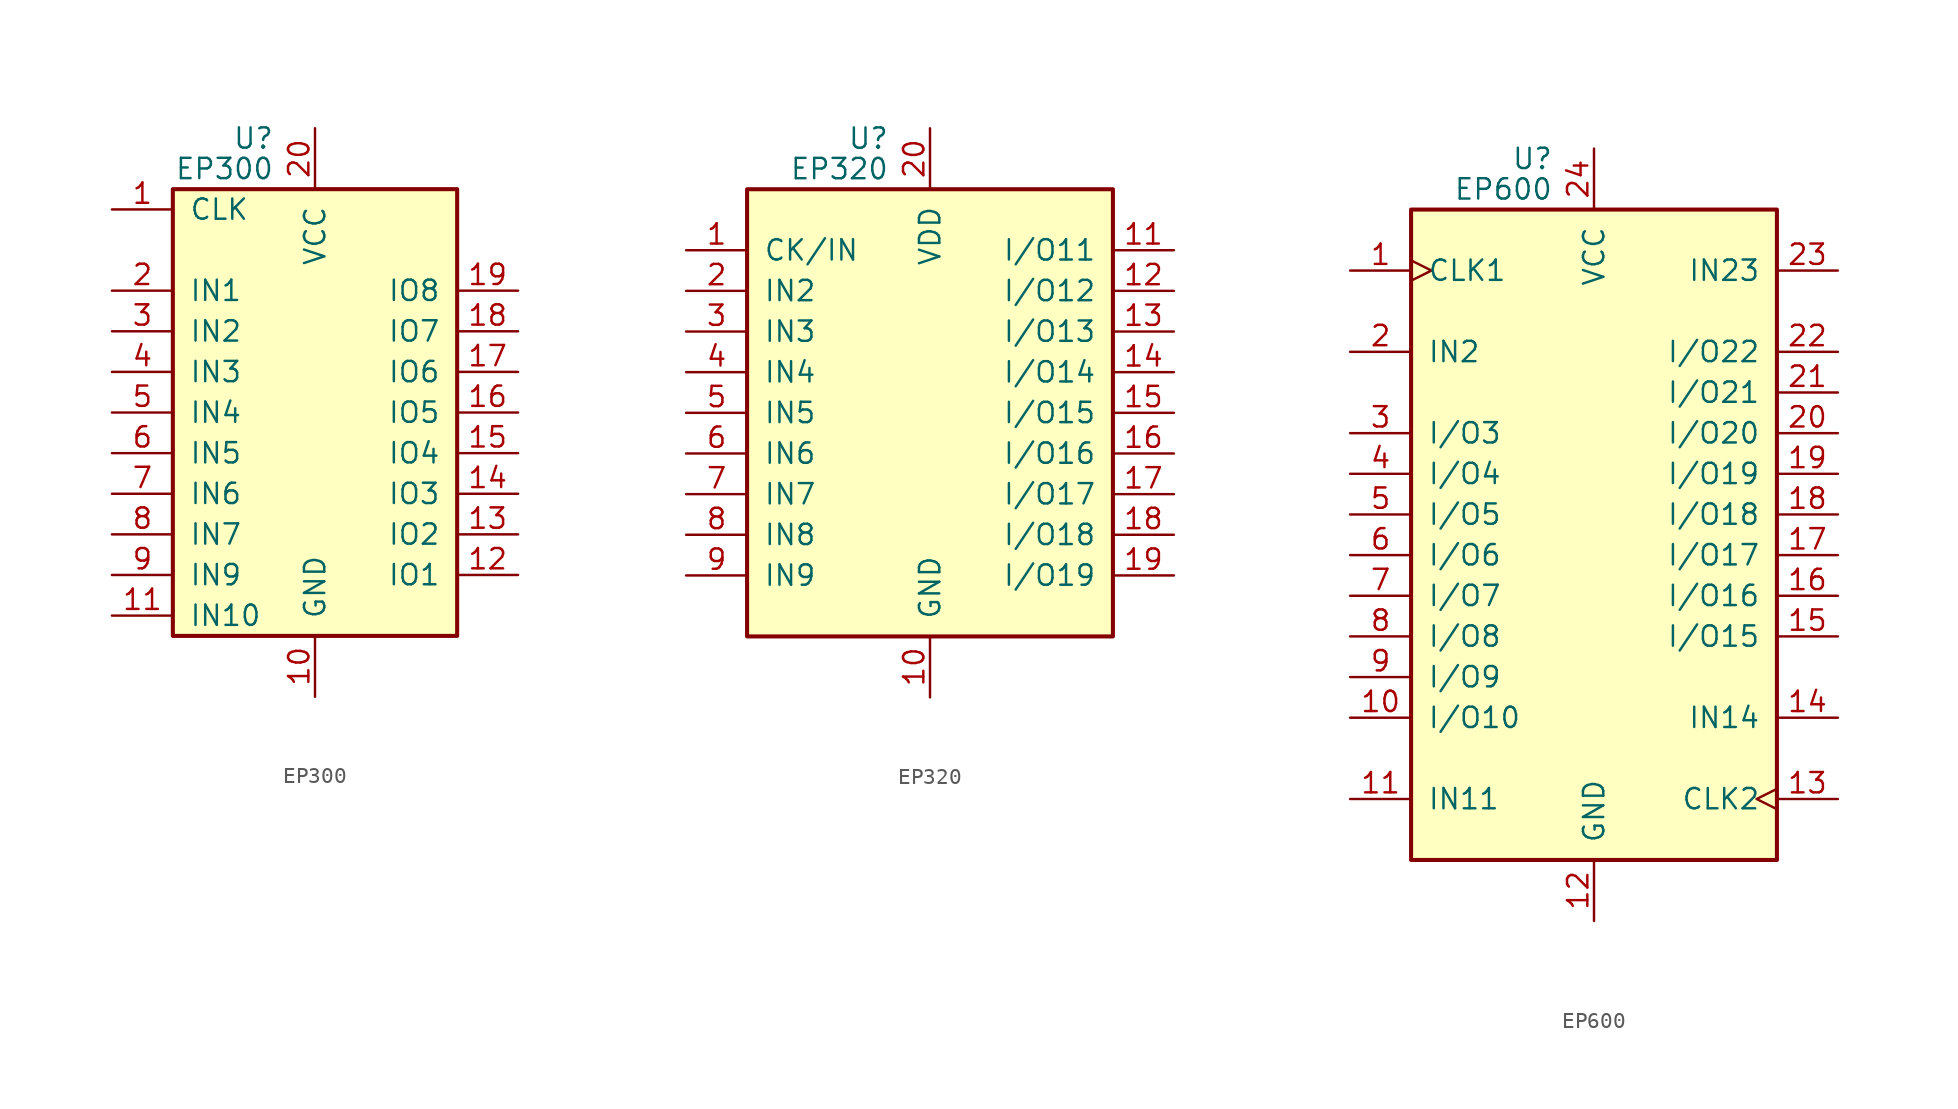
<source format=kicad_sym>
(kicad_symbol_lib
  (version 20201005)
  (generator kicad_symbol_editor)
  (symbol "EP300"
    (pin_names
      (offset 1.016))
    (property "Reference" "U"
      (at -2.54 17.145 0)
      (effects (font (size 1.27 1.27)) (justify right)))
    (property "Value" "EP300"
      (at -2.54 15.24 0)
      (effects (font (size 1.27 1.27)) (justify right)))
    (symbol "EP300_0_1"
      (rectangle (start -8.89 -13.97) (end 8.89 13.97) (stroke (width 0.254)) (fill (type background))))
    (symbol "EP300_1_1"
      (pin input line (at -12.7 12.7 0) (length 3.81) (name "CLK" (effects (font (size 1.27 1.27)))) (number "1" (effects (font (size 1.27 1.27)))))
      (pin input line (at -12.7 7.62 0) (length 3.81) (name "IN1" (effects (font (size 1.27 1.27)))) (number "2" (effects (font (size 1.27 1.27)))))
      (pin input line (at -12.7 5.08 0) (length 3.81) (name "IN2" (effects (font (size 1.27 1.27)))) (number "3" (effects (font (size 1.27 1.27)))))
      (pin input line (at -12.7 2.54 0) (length 3.81) (name "IN3" (effects (font (size 1.27 1.27)))) (number "4" (effects (font (size 1.27 1.27)))))
      (pin input line (at -12.7 0 0) (length 3.81) (name "IN4" (effects (font (size 1.27 1.27)))) (number "5" (effects (font (size 1.27 1.27)))))
      (pin input line (at -12.7 -2.54 0) (length 3.81) (name "IN5" (effects (font (size 1.27 1.27)))) (number "6" (effects (font (size 1.27 1.27)))))
      (pin input line (at -12.7 -5.08 0) (length 3.81) (name "IN6" (effects (font (size 1.27 1.27)))) (number "7" (effects (font (size 1.27 1.27)))))
      (pin input line (at -12.7 -7.62 0) (length 3.81) (name "IN7" (effects (font (size 1.27 1.27)))) (number "8" (effects (font (size 1.27 1.27)))))
      (pin input line (at -12.7 -10.16 0) (length 3.81) (name "IN9" (effects (font (size 1.27 1.27)))) (number "9" (effects (font (size 1.27 1.27)))))
      (pin power_in line (at 0 -17.78 90) (length 3.81) (name "GND" (effects (font (size 1.27 1.27)))) (number "10" (effects (font (size 1.27 1.27)))))
      (pin power_in line (at 0 17.78 270) (length 3.81) (name "VCC" (effects (font (size 1.27 1.27)))) (number "20" (effects (font (size 1.27 1.27)))))
      (pin input line (at -12.7 -12.7 0) (length 3.81) (name "IN10" (effects (font (size 1.27 1.27)))) (number "11" (effects (font (size 1.27 1.27)))))
      (pin input line (at 12.7 -10.16 180) (length 3.81) (name "IO1" (effects (font (size 1.27 1.27)))) (number "12" (effects (font (size 1.27 1.27)))))
      (pin input line (at 12.7 -7.62 180) (length 3.81) (name "IO2" (effects (font (size 1.27 1.27)))) (number "13" (effects (font (size 1.27 1.27)))))
      (pin input line (at 12.7 -5.08 180) (length 3.81) (name "IO3" (effects (font (size 1.27 1.27)))) (number "14" (effects (font (size 1.27 1.27)))))
      (pin input line (at 12.7 -2.54 180) (length 3.81) (name "IO4" (effects (font (size 1.27 1.27)))) (number "15" (effects (font (size 1.27 1.27)))))
      (pin input line (at 12.7 0 180) (length 3.81) (name "IO5" (effects (font (size 1.27 1.27)))) (number "16" (effects (font (size 1.27 1.27)))))
      (pin input line (at 12.7 2.54 180) (length 3.81) (name "IO6" (effects (font (size 1.27 1.27)))) (number "17" (effects (font (size 1.27 1.27)))))
      (pin input line (at 12.7 5.08 180) (length 3.81) (name "IO7" (effects (font (size 1.27 1.27)))) (number "18" (effects (font (size 1.27 1.27)))))
      (pin input line (at 12.7 7.62 180) (length 3.81) (name "IO8" (effects (font (size 1.27 1.27)))) (number "19" (effects (font (size 1.27 1.27)))))))
  (symbol "EP320"
    (pin_names
      (offset 1.016))
    (property "Reference" "U"
      (at -2.54 17.145 0)
      (effects (font (size 1.27 1.27)) (justify right)))
    (property "Value" "EP320"
      (at -2.54 15.24 0)
      (effects (font (size 1.27 1.27)) (justify right)))
    (symbol "EP320_0_1"
      (rectangle (start -11.43 -13.97) (end 11.43 13.97) (stroke (width 0.254)) (fill (type background))))
    (symbol "EP320_1_1"
      (pin input line (at -15.24 10.16 0) (length 3.81) (name "CK/IN" (effects (font (size 1.27 1.27)))) (number "1" (effects (font (size 1.27 1.27)))))
      (pin input line (at -15.24 7.62 0) (length 3.81) (name "IN2" (effects (font (size 1.27 1.27)))) (number "2" (effects (font (size 1.27 1.27)))))
      (pin input line (at -15.24 5.08 0) (length 3.81) (name "IN3" (effects (font (size 1.27 1.27)))) (number "3" (effects (font (size 1.27 1.27)))))
      (pin input line (at -15.24 2.54 0) (length 3.81) (name "IN4" (effects (font (size 1.27 1.27)))) (number "4" (effects (font (size 1.27 1.27)))))
      (pin input line (at -15.24 0 0) (length 3.81) (name "IN5" (effects (font (size 1.27 1.27)))) (number "5" (effects (font (size 1.27 1.27)))))
      (pin input line (at -15.24 -2.54 0) (length 3.81) (name "IN6" (effects (font (size 1.27 1.27)))) (number "6" (effects (font (size 1.27 1.27)))))
      (pin input line (at -15.24 -5.08 0) (length 3.81) (name "IN7" (effects (font (size 1.27 1.27)))) (number "7" (effects (font (size 1.27 1.27)))))
      (pin input line (at -15.24 -7.62 0) (length 3.81) (name "IN8" (effects (font (size 1.27 1.27)))) (number "8" (effects (font (size 1.27 1.27)))))
      (pin input line (at -15.24 -10.16 0) (length 3.81) (name "IN9" (effects (font (size 1.27 1.27)))) (number "9" (effects (font (size 1.27 1.27)))))
      (pin power_in line (at 0 -17.78 90) (length 3.81) (name "GND" (effects (font (size 1.27 1.27)))) (number "10" (effects (font (size 1.27 1.27)))))
      (pin power_in line (at 0 17.78 270) (length 3.81) (name "VDD" (effects (font (size 1.27 1.27)))) (number "20" (effects (font (size 1.27 1.27)))))
      (pin bidirectional line (at 15.24 10.16 180) (length 3.81) (name "I/O11" (effects (font (size 1.27 1.27)))) (number "11" (effects (font (size 1.27 1.27)))))
      (pin bidirectional line (at 15.24 7.62 180) (length 3.81) (name "I/O12" (effects (font (size 1.27 1.27)))) (number "12" (effects (font (size 1.27 1.27)))))
      (pin bidirectional line (at 15.24 5.08 180) (length 3.81) (name "I/O13" (effects (font (size 1.27 1.27)))) (number "13" (effects (font (size 1.27 1.27)))))
      (pin bidirectional line (at 15.24 2.54 180) (length 3.81) (name "I/O14" (effects (font (size 1.27 1.27)))) (number "14" (effects (font (size 1.27 1.27)))))
      (pin bidirectional line (at 15.24 0 180) (length 3.81) (name "I/O15" (effects (font (size 1.27 1.27)))) (number "15" (effects (font (size 1.27 1.27)))))
      (pin bidirectional line (at 15.24 -2.54 180) (length 3.81) (name "I/O16" (effects (font (size 1.27 1.27)))) (number "16" (effects (font (size 1.27 1.27)))))
      (pin bidirectional line (at 15.24 -5.08 180) (length 3.81) (name "I/O17" (effects (font (size 1.27 1.27)))) (number "17" (effects (font (size 1.27 1.27)))))
      (pin bidirectional line (at 15.24 -7.62 180) (length 3.81) (name "I/O18" (effects (font (size 1.27 1.27)))) (number "18" (effects (font (size 1.27 1.27)))))
      (pin bidirectional line (at 15.24 -10.16 180) (length 3.81) (name "I/O19" (effects (font (size 1.27 1.27)))) (number "19" (effects (font (size 1.27 1.27)))))))
  (symbol "EP600"
    (pin_names
      (offset 1.016))
    (property "Reference" "U"
      (at -2.54 24.765 0)
      (effects (font (size 1.27 1.27)) (justify right)))
    (property "Value" "EP600"
      (at -2.54 22.86 0)
      (effects (font (size 1.27 1.27)) (justify right)))
    (symbol "EP600_0_1"
      (rectangle (start -11.43 -19.05) (end 11.43 21.59) (stroke (width 0.254)) (fill (type background))))
    (symbol "EP600_1_1"
      (pin input clock (at -15.24 17.78 0) (length 3.81) (name "CLK1" (effects (font (size 1.27 1.27)))) (number "1" (effects (font (size 1.27 1.27)))))
      (pin input line (at -15.24 12.7 0) (length 3.81) (name "IN2" (effects (font (size 1.27 1.27)))) (number "2" (effects (font (size 1.27 1.27)))))
      (pin passive line (at -15.24 7.62 0) (length 3.81) (name "I/O3" (effects (font (size 1.27 1.27)))) (number "3" (effects (font (size 1.27 1.27)))))
      (pin passive line (at -15.24 5.08 0) (length 3.81) (name "I/O4" (effects (font (size 1.27 1.27)))) (number "4" (effects (font (size 1.27 1.27)))))
      (pin passive line (at -15.24 2.54 0) (length 3.81) (name "I/O5" (effects (font (size 1.27 1.27)))) (number "5" (effects (font (size 1.27 1.27)))))
      (pin passive line (at -15.24 0 0) (length 3.81) (name "I/O6" (effects (font (size 1.27 1.27)))) (number "6" (effects (font (size 1.27 1.27)))))
      (pin passive line (at -15.24 -2.54 0) (length 3.81) (name "I/O7" (effects (font (size 1.27 1.27)))) (number "7" (effects (font (size 1.27 1.27)))))
      (pin passive line (at -15.24 -5.08 0) (length 3.81) (name "I/O8" (effects (font (size 1.27 1.27)))) (number "8" (effects (font (size 1.27 1.27)))))
      (pin passive line (at -15.24 -7.62 0) (length 3.81) (name "I/O9" (effects (font (size 1.27 1.27)))) (number "9" (effects (font (size 1.27 1.27)))))
      (pin passive line (at -15.24 -10.16 0) (length 3.81) (name "I/O10" (effects (font (size 1.27 1.27)))) (number "10" (effects (font (size 1.27 1.27)))))
      (pin passive line (at 15.24 7.62 180) (length 3.81) (name "I/O20" (effects (font (size 1.27 1.27)))) (number "20" (effects (font (size 1.27 1.27)))))
      (pin input line (at -15.24 -15.24 0) (length 3.81) (name "IN11" (effects (font (size 1.27 1.27)))) (number "11" (effects (font (size 1.27 1.27)))))
      (pin passive line (at 15.24 10.16 180) (length 3.81) (name "I/O21" (effects (font (size 1.27 1.27)))) (number "21" (effects (font (size 1.27 1.27)))))
      (pin power_in line (at 0 -22.86 90) (length 3.81) (name "GND" (effects (font (size 1.27 1.27)))) (number "12" (effects (font (size 1.27 1.27)))))
      (pin passive line (at 15.24 12.7 180) (length 3.81) (name "I/O22" (effects (font (size 1.27 1.27)))) (number "22" (effects (font (size 1.27 1.27)))))
      (pin input clock (at 15.24 -15.24 180) (length 3.81) (name "CLK2" (effects (font (size 1.27 1.27)))) (number "13" (effects (font (size 1.27 1.27)))))
      (pin input line (at 15.24 17.78 180) (length 3.81) (name "IN23" (effects (font (size 1.27 1.27)))) (number "23" (effects (font (size 1.27 1.27)))))
      (pin input line (at 15.24 -10.16 180) (length 3.81) (name "IN14" (effects (font (size 1.27 1.27)))) (number "14" (effects (font (size 1.27 1.27)))))
      (pin power_in line (at 0 25.4 270) (length 3.81) (name "VCC" (effects (font (size 1.27 1.27)))) (number "24" (effects (font (size 1.27 1.27)))))
      (pin passive line (at 15.24 -5.08 180) (length 3.81) (name "I/O15" (effects (font (size 1.27 1.27)))) (number "15" (effects (font (size 1.27 1.27)))))
      (pin passive line (at 15.24 -2.54 180) (length 3.81) (name "I/O16" (effects (font (size 1.27 1.27)))) (number "16" (effects (font (size 1.27 1.27)))))
      (pin passive line (at 15.24 0 180) (length 3.81) (name "I/O17" (effects (font (size 1.27 1.27)))) (number "17" (effects (font (size 1.27 1.27)))))
      (pin passive line (at 15.24 2.54 180) (length 3.81) (name "I/O18" (effects (font (size 1.27 1.27)))) (number "18" (effects (font (size 1.27 1.27)))))
      (pin passive line (at 15.24 5.08 180) (length 3.81) (name "I/O19" (effects (font (size 1.27 1.27)))) (number "19" (effects (font (size 1.27 1.27))))))))
</source>
